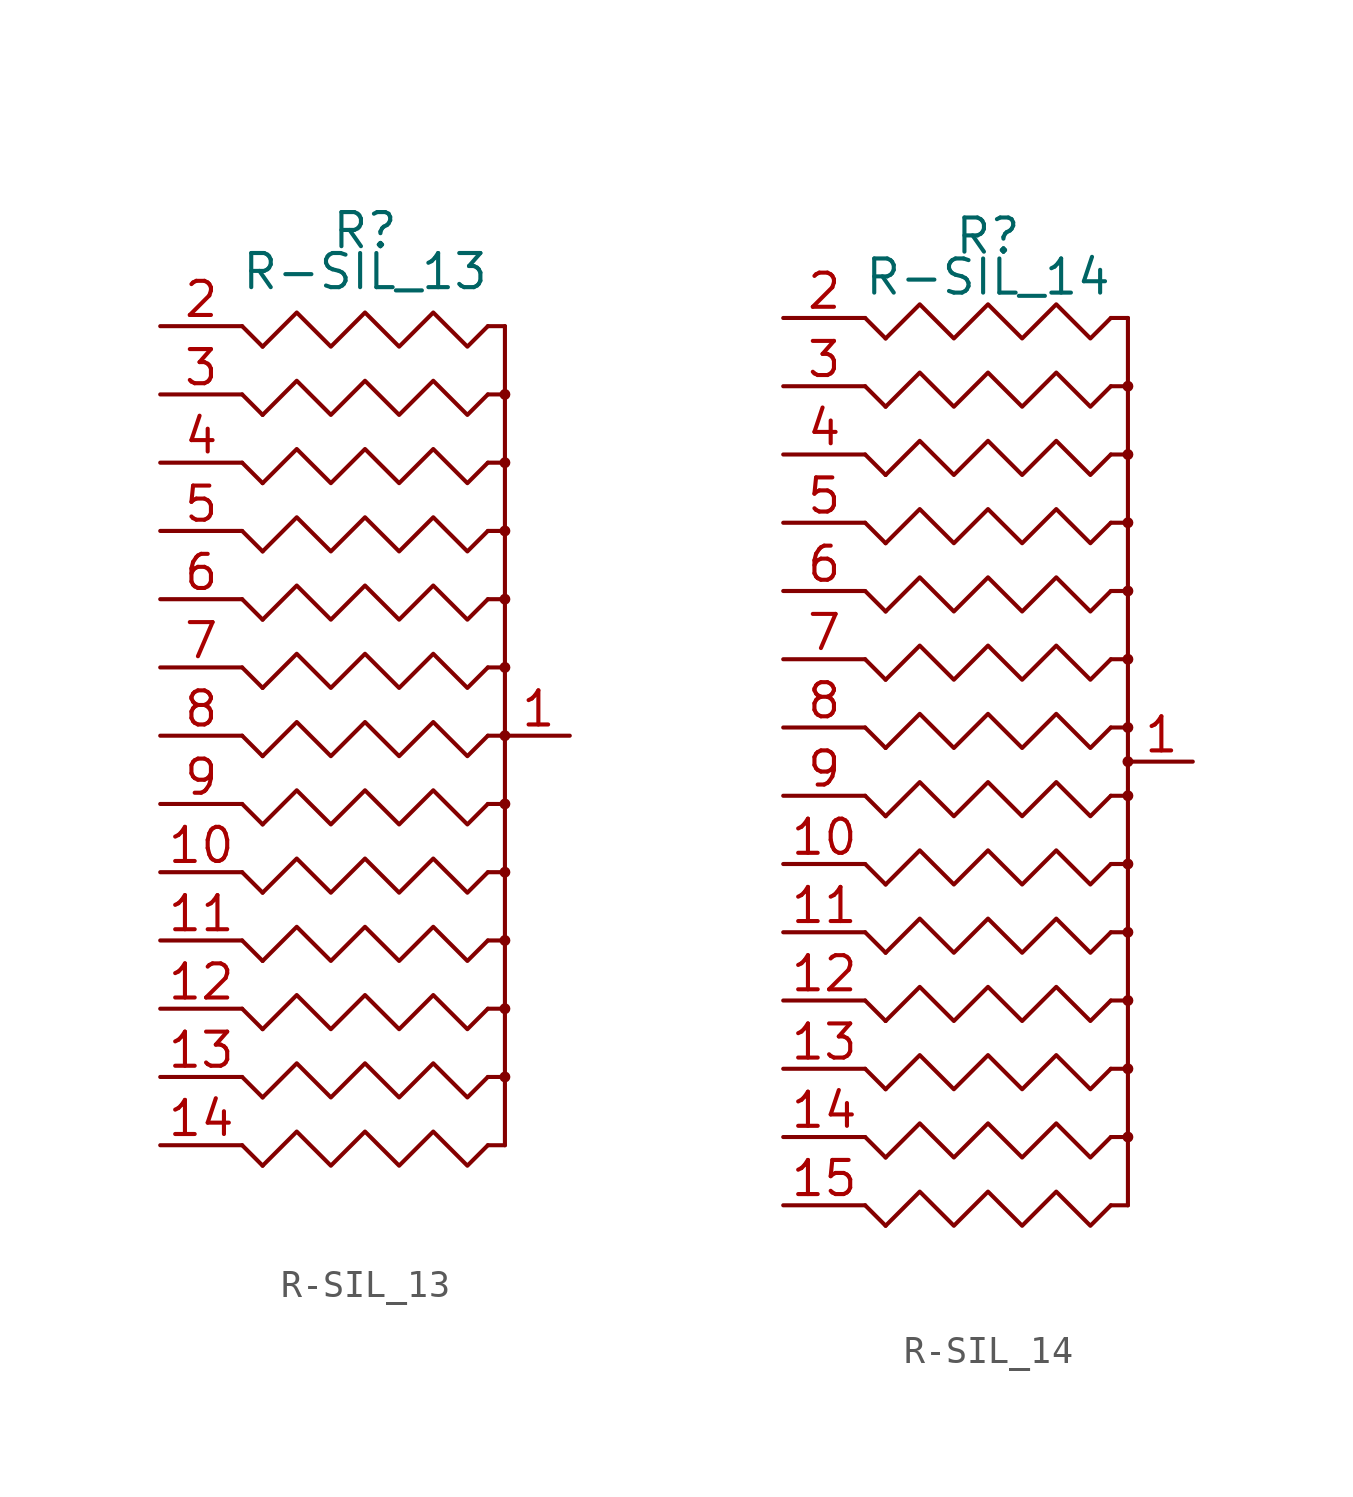
<source format=kicad_sym>
(kicad_symbol_lib
  (version 20220914)
  (generator kicad_symbol_editor)
  (symbol "R-SIL_13"
    (pin_names
      (offset 0) hide)
    (property "Reference" "R"
      (at 0 18.796 0)
      (effects (font (size 1.27 1.27))))
    (property "Value" "R-SIL_13"
      (at 0 17.272 0)
      (effects (font (size 1.27 1.27))))
    (property "Footprint" ""
      (at 0 0 0)
      (effects (font (size 1.524 1.524))))
    (property "Datasheet" ""
      (at 0 0 0)
      (effects (font (size 1.524 1.524))))
    (symbol "R-SIL_13_0_1"
      (polyline (pts (xy 5.207 -15.24) (xy 4.572 -15.24)) (stroke (width 0) (type solid)) (fill (type none)))
      (polyline (pts (xy 5.207 -15.24) (xy 5.207 15.24)) (stroke (width 0) (type solid)) (fill (type none)))
      (polyline (pts (xy 5.207 -12.7) (xy 4.572 -12.7)) (stroke (width 0) (type solid)) (fill (type none)))
      (polyline (pts (xy 5.207 -10.16) (xy 4.572 -10.16)) (stroke (width 0) (type solid)) (fill (type none)))
      (polyline (pts (xy 5.207 -7.62) (xy 4.572 -7.62)) (stroke (width 0) (type solid)) (fill (type none)))
      (polyline (pts (xy 5.207 -5.08) (xy 4.572 -5.08)) (stroke (width 0) (type solid)) (fill (type none)))
      (polyline (pts (xy 5.207 -2.54) (xy 4.572 -2.54)) (stroke (width 0) (type solid)) (fill (type none)))
      (polyline (pts (xy 5.207 7.62) (xy 4.572 7.62)) (stroke (width 0) (type solid)) (fill (type none)))
      (polyline (pts (xy 5.207 15.24) (xy 4.572 15.24)) (stroke (width 0) (type solid)) (fill (type none)))
      (polyline (pts (xy -3.81 -16.002) (xy -4.572 -15.24) (xy -4.572 -15.24)) (stroke (width 0) (type solid)) (fill (type none)))
      (polyline (pts (xy -3.81 -13.462) (xy -4.572 -12.7) (xy -4.572 -12.7)) (stroke (width 0) (type solid)) (fill (type none)))
      (polyline (pts (xy -3.81 -10.922) (xy -4.572 -10.16) (xy -4.572 -10.16)) (stroke (width 0) (type solid)) (fill (type none)))
      (polyline (pts (xy -3.81 -8.382) (xy -4.572 -7.62) (xy -4.572 -7.62)) (stroke (width 0) (type solid)) (fill (type none)))
      (polyline (pts (xy -3.81 -5.842) (xy -4.572 -5.08) (xy -4.572 -5.08)) (stroke (width 0) (type solid)) (fill (type none)))
      (polyline (pts (xy -3.81 -3.302) (xy -4.572 -2.54) (xy -4.572 -2.54)) (stroke (width 0) (type solid)) (fill (type none)))
      (polyline (pts (xy -3.81 -0.762) (xy -4.572 0) (xy -4.572 0)) (stroke (width 0) (type solid)) (fill (type none)))
      (polyline (pts (xy -3.81 1.778) (xy -4.572 2.54) (xy -4.572 2.54)) (stroke (width 0) (type solid)) (fill (type none)))
      (polyline (pts (xy -3.81 4.318) (xy -4.572 5.08) (xy -4.572 5.08)) (stroke (width 0) (type solid)) (fill (type none)))
      (polyline (pts (xy -3.81 6.858) (xy -4.572 7.62) (xy -4.572 7.62)) (stroke (width 0) (type solid)) (fill (type none)))
      (polyline (pts (xy -3.81 9.398) (xy -4.572 10.16) (xy -4.572 10.16)) (stroke (width 0) (type solid)) (fill (type none)))
      (polyline (pts (xy -3.81 11.938) (xy -4.572 12.7) (xy -4.572 12.7)) (stroke (width 0) (type solid)) (fill (type none)))
      (polyline (pts (xy -3.81 14.478) (xy -4.572 15.24) (xy -4.572 15.24)) (stroke (width 0) (type solid)) (fill (type none)))
      (polyline (pts (xy 4.572 0) (xy 5.207 0) (xy 5.207 0)) (stroke (width 0) (type solid)) (fill (type none)))
      (polyline (pts (xy 4.572 2.54) (xy 5.207 2.54) (xy 5.207 2.54)) (stroke (width 0) (type solid)) (fill (type none)))
      (polyline (pts (xy 4.572 5.08) (xy 5.207 5.08) (xy 5.207 5.08)) (stroke (width 0) (type solid)) (fill (type none)))
      (polyline (pts (xy 4.572 10.16) (xy 5.207 10.16) (xy 5.207 10.16)) (stroke (width 0) (type solid)) (fill (type none)))
      (polyline (pts (xy 4.572 12.7) (xy 5.207 12.7) (xy 5.207 12.7)) (stroke (width 0) (type solid)) (fill (type none)))
      (polyline (pts (xy -3.81 -16.002) (xy -2.54 -14.732) (xy -1.27 -16.002) (xy 0 -14.732) (xy 1.27 -16.002) (xy 2.54 -14.732) (xy 3.81 -16.002) (xy 4.572 -15.24) (xy 4.572 -15.24)) (stroke (width 0) (type solid)) (fill (type none)))
      (polyline (pts (xy -3.81 -13.462) (xy -2.54 -12.192) (xy -1.27 -13.462) (xy 0 -12.192) (xy 1.27 -13.462) (xy 2.54 -12.192) (xy 3.81 -13.462) (xy 4.572 -12.7) (xy 4.572 -12.7)) (stroke (width 0) (type solid)) (fill (type none)))
      (polyline (pts (xy -3.81 -10.922) (xy -2.54 -9.652) (xy -1.27 -10.922) (xy 0 -9.652) (xy 1.27 -10.922) (xy 2.54 -9.652) (xy 3.81 -10.922) (xy 4.572 -10.16) (xy 4.572 -10.16)) (stroke (width 0) (type solid)) (fill (type none)))
      (polyline (pts (xy -3.81 -8.382) (xy -2.54 -7.112) (xy -1.27 -8.382) (xy 0 -7.112) (xy 1.27 -8.382) (xy 2.54 -7.112) (xy 3.81 -8.382) (xy 4.572 -7.62) (xy 4.572 -7.62)) (stroke (width 0) (type solid)) (fill (type none)))
      (polyline (pts (xy -3.81 -5.842) (xy -2.54 -4.572) (xy -1.27 -5.842) (xy 0 -4.572) (xy 1.27 -5.842) (xy 2.54 -4.572) (xy 3.81 -5.842) (xy 4.572 -5.08) (xy 4.572 -5.08)) (stroke (width 0) (type solid)) (fill (type none)))
      (polyline (pts (xy -3.81 -3.302) (xy -2.54 -2.032) (xy -1.27 -3.302) (xy 0 -2.032) (xy 1.27 -3.302) (xy 2.54 -2.032) (xy 3.81 -3.302) (xy 4.572 -2.54) (xy 4.572 -2.54)) (stroke (width 0) (type solid)) (fill (type none)))
      (polyline (pts (xy -3.81 -0.762) (xy -2.54 0.508) (xy -1.27 -0.762) (xy 0 0.508) (xy 1.27 -0.762) (xy 2.54 0.508) (xy 3.81 -0.762) (xy 4.572 0) (xy 4.572 0)) (stroke (width 0) (type solid)) (fill (type none)))
      (polyline (pts (xy -3.81 1.778) (xy -2.54 3.048) (xy -1.27 1.778) (xy 0 3.048) (xy 1.27 1.778) (xy 2.54 3.048) (xy 3.81 1.778) (xy 4.572 2.54) (xy 4.572 2.54)) (stroke (width 0) (type solid)) (fill (type none)))
      (polyline (pts (xy -3.81 4.318) (xy -2.54 5.588) (xy -1.27 4.318) (xy 0 5.588) (xy 1.27 4.318) (xy 2.54 5.588) (xy 3.81 4.318) (xy 4.572 5.08) (xy 4.572 5.08)) (stroke (width 0) (type solid)) (fill (type none)))
      (polyline (pts (xy -3.81 6.858) (xy -2.54 8.128) (xy -1.27 6.858) (xy 0 8.128) (xy 1.27 6.858) (xy 2.54 8.128) (xy 3.81 6.858) (xy 4.572 7.62) (xy 4.572 7.62)) (stroke (width 0) (type solid)) (fill (type none)))
      (polyline (pts (xy -3.81 9.398) (xy -2.54 10.668) (xy -1.27 9.398) (xy 0 10.668) (xy 1.27 9.398) (xy 2.54 10.668) (xy 3.81 9.398) (xy 4.572 10.16) (xy 4.572 10.16)) (stroke (width 0) (type solid)) (fill (type none)))
      (polyline (pts (xy -3.81 11.938) (xy -2.54 13.208) (xy -1.27 11.938) (xy 0 13.208) (xy 1.27 11.938) (xy 2.54 13.208) (xy 3.81 11.938) (xy 4.572 12.7) (xy 4.572 12.7)) (stroke (width 0) (type solid)) (fill (type none)))
      (polyline (pts (xy -3.81 14.478) (xy -2.54 15.748) (xy -1.27 14.478) (xy 0 15.748) (xy 1.27 14.478) (xy 2.54 15.748) (xy 3.81 14.478) (xy 4.572 15.24) (xy 4.572 15.24)) (stroke (width 0) (type solid)) (fill (type none)))
      (circle (center 5.207 -12.7) (radius 0.127) (stroke (width 0) (type solid)) (fill (type none)))
      (circle (center 5.207 -10.16) (radius 0.127) (stroke (width 0) (type solid)) (fill (type none)))
      (circle (center 5.207 -7.62) (radius 0.127) (stroke (width 0) (type solid)) (fill (type none)))
      (circle (center 5.207 -5.08) (radius 0.127) (stroke (width 0) (type solid)) (fill (type none)))
      (circle (center 5.207 -2.54) (radius 0.127) (stroke (width 0) (type solid)) (fill (type none)))
      (circle (center 5.207 0) (radius 0.127) (stroke (width 0) (type solid)) (fill (type none)))
      (circle (center 5.207 2.54) (radius 0.127) (stroke (width 0) (type solid)) (fill (type none)))
      (circle (center 5.207 5.08) (radius 0.127) (stroke (width 0) (type solid)) (fill (type none)))
      (circle (center 5.207 7.62) (radius 0.127) (stroke (width 0) (type solid)) (fill (type none)))
      (circle (center 5.207 10.16) (radius 0.127) (stroke (width 0) (type solid)) (fill (type none)))
      (circle (center 5.207 12.7) (radius 0.127) (stroke (width 0) (type solid)) (fill (type none))))
    (symbol "R-SIL_13_1_1"
      (pin passive line (at 7.62 0 180) (length 2.337) (name "~" (effects (font (size 1.27 1.27)))) (number "1" (effects (font (size 1.27 1.27)))))
      (pin passive line (at -7.62 -5.08 0) (length 3.048) (name "~" (effects (font (size 1.27 1.27)))) (number "10" (effects (font (size 1.27 1.27)))))
      (pin passive line (at -7.62 -7.62 0) (length 3.048) (name "~" (effects (font (size 1.27 1.27)))) (number "11" (effects (font (size 1.27 1.27)))))
      (pin passive line (at -7.62 -10.16 0) (length 3.048) (name "~" (effects (font (size 1.27 1.27)))) (number "12" (effects (font (size 1.27 1.27)))))
      (pin passive line (at -7.62 -12.7 0) (length 3.048) (name "~" (effects (font (size 1.27 1.27)))) (number "13" (effects (font (size 1.27 1.27)))))
      (pin passive line (at -7.62 -15.24 0) (length 3.048) (name "~" (effects (font (size 1.27 1.27)))) (number "14" (effects (font (size 1.27 1.27)))))
      (pin passive line (at -7.62 15.24 0) (length 3.048) (name "~" (effects (font (size 1.27 1.27)))) (number "2" (effects (font (size 1.27 1.27)))))
      (pin passive line (at -7.62 12.7 0) (length 3.048) (name "~" (effects (font (size 1.27 1.27)))) (number "3" (effects (font (size 1.27 1.27)))))
      (pin passive line (at -7.62 10.16 0) (length 3.048) (name "~" (effects (font (size 1.27 1.27)))) (number "4" (effects (font (size 1.27 1.27)))))
      (pin passive line (at -7.62 7.62 0) (length 3.048) (name "~" (effects (font (size 1.27 1.27)))) (number "5" (effects (font (size 1.27 1.27)))))
      (pin passive line (at -7.62 5.08 0) (length 3.048) (name "~" (effects (font (size 1.27 1.27)))) (number "6" (effects (font (size 1.27 1.27)))))
      (pin passive line (at -7.62 2.54 0) (length 3.048) (name "~" (effects (font (size 1.27 1.27)))) (number "7" (effects (font (size 1.27 1.27)))))
      (pin passive line (at -7.62 0 0) (length 3.048) (name "~" (effects (font (size 1.27 1.27)))) (number "8" (effects (font (size 1.27 1.27)))))
      (pin passive line (at -7.62 -2.54 0) (length 3.048) (name "~" (effects (font (size 1.27 1.27)))) (number "9" (effects (font (size 1.27 1.27)))))))
  (symbol "R-SIL_14"
    (pin_names
      (offset 0) hide)
    (property "Reference" "R"
      (at 0 19.558 0)
      (effects (font (size 1.27 1.27))))
    (property "Value" "R-SIL_14"
      (at 0 18.034 0)
      (effects (font (size 1.27 1.27))))
    (property "Footprint" ""
      (at 0 1.27 0)
      (effects (font (size 1.524 1.524))))
    (property "Datasheet" ""
      (at 0 0 0)
      (effects (font (size 1.524 1.524))))
    (symbol "R-SIL_14_0_1"
      (polyline (pts (xy 5.207 -16.51) (xy 4.572 -16.51)) (stroke (width 0) (type solid)) (fill (type none)))
      (polyline (pts (xy 5.207 -16.51) (xy 5.207 16.51)) (stroke (width 0) (type solid)) (fill (type none)))
      (polyline (pts (xy 5.207 -13.97) (xy 4.572 -13.97)) (stroke (width 0) (type solid)) (fill (type none)))
      (polyline (pts (xy 5.207 -11.43) (xy 4.572 -11.43)) (stroke (width 0) (type solid)) (fill (type none)))
      (polyline (pts (xy 5.207 -8.89) (xy 4.572 -8.89)) (stroke (width 0) (type solid)) (fill (type none)))
      (polyline (pts (xy 5.207 -6.35) (xy 4.572 -6.35)) (stroke (width 0) (type solid)) (fill (type none)))
      (polyline (pts (xy 5.207 -3.81) (xy 4.572 -3.81)) (stroke (width 0) (type solid)) (fill (type none)))
      (polyline (pts (xy 5.207 -1.27) (xy 4.572 -1.27)) (stroke (width 0) (type solid)) (fill (type none)))
      (polyline (pts (xy 5.207 8.89) (xy 4.572 8.89)) (stroke (width 0) (type solid)) (fill (type none)))
      (polyline (pts (xy 5.207 16.51) (xy 4.572 16.51)) (stroke (width 0) (type solid)) (fill (type none)))
      (polyline (pts (xy -3.81 -17.272) (xy -4.572 -16.51) (xy -4.572 -16.51)) (stroke (width 0) (type solid)) (fill (type none)))
      (polyline (pts (xy -3.81 -14.732) (xy -4.572 -13.97) (xy -4.572 -13.97)) (stroke (width 0) (type solid)) (fill (type none)))
      (polyline (pts (xy -3.81 -12.192) (xy -4.572 -11.43) (xy -4.572 -11.43)) (stroke (width 0) (type solid)) (fill (type none)))
      (polyline (pts (xy -3.81 -9.652) (xy -4.572 -8.89) (xy -4.572 -8.89)) (stroke (width 0) (type solid)) (fill (type none)))
      (polyline (pts (xy -3.81 -7.112) (xy -4.572 -6.35) (xy -4.572 -6.35)) (stroke (width 0) (type solid)) (fill (type none)))
      (polyline (pts (xy -3.81 -4.572) (xy -4.572 -3.81) (xy -4.572 -3.81)) (stroke (width 0) (type solid)) (fill (type none)))
      (polyline (pts (xy -3.81 -2.032) (xy -4.572 -1.27) (xy -4.572 -1.27)) (stroke (width 0) (type solid)) (fill (type none)))
      (polyline (pts (xy -3.81 0.508) (xy -4.572 1.27) (xy -4.572 1.27)) (stroke (width 0) (type solid)) (fill (type none)))
      (polyline (pts (xy -3.81 3.048) (xy -4.572 3.81) (xy -4.572 3.81)) (stroke (width 0) (type solid)) (fill (type none)))
      (polyline (pts (xy -3.81 5.588) (xy -4.572 6.35) (xy -4.572 6.35)) (stroke (width 0) (type solid)) (fill (type none)))
      (polyline (pts (xy -3.81 8.128) (xy -4.572 8.89) (xy -4.572 8.89)) (stroke (width 0) (type solid)) (fill (type none)))
      (polyline (pts (xy -3.81 10.668) (xy -4.572 11.43) (xy -4.572 11.43)) (stroke (width 0) (type solid)) (fill (type none)))
      (polyline (pts (xy -3.81 13.208) (xy -4.572 13.97) (xy -4.572 13.97)) (stroke (width 0) (type solid)) (fill (type none)))
      (polyline (pts (xy -3.81 15.748) (xy -4.572 16.51) (xy -4.572 16.51)) (stroke (width 0) (type solid)) (fill (type none)))
      (polyline (pts (xy 4.572 1.27) (xy 5.207 1.27) (xy 5.207 1.27)) (stroke (width 0) (type solid)) (fill (type none)))
      (polyline (pts (xy 4.572 3.81) (xy 5.207 3.81) (xy 5.207 3.81)) (stroke (width 0) (type solid)) (fill (type none)))
      (polyline (pts (xy 4.572 6.35) (xy 5.207 6.35) (xy 5.207 6.35)) (stroke (width 0) (type solid)) (fill (type none)))
      (polyline (pts (xy 4.572 11.43) (xy 5.207 11.43) (xy 5.207 11.43)) (stroke (width 0) (type solid)) (fill (type none)))
      (polyline (pts (xy 4.572 13.97) (xy 5.207 13.97) (xy 5.207 13.97)) (stroke (width 0) (type solid)) (fill (type none)))
      (polyline (pts (xy -3.81 -17.272) (xy -2.54 -16.002) (xy -1.27 -17.272) (xy 0 -16.002) (xy 1.27 -17.272) (xy 2.54 -16.002) (xy 3.81 -17.272) (xy 4.572 -16.51) (xy 4.572 -16.51)) (stroke (width 0) (type solid)) (fill (type none)))
      (polyline (pts (xy -3.81 -14.732) (xy -2.54 -13.462) (xy -1.27 -14.732) (xy 0 -13.462) (xy 1.27 -14.732) (xy 2.54 -13.462) (xy 3.81 -14.732) (xy 4.572 -13.97) (xy 4.572 -13.97)) (stroke (width 0) (type solid)) (fill (type none)))
      (polyline (pts (xy -3.81 -12.192) (xy -2.54 -10.922) (xy -1.27 -12.192) (xy 0 -10.922) (xy 1.27 -12.192) (xy 2.54 -10.922) (xy 3.81 -12.192) (xy 4.572 -11.43) (xy 4.572 -11.43)) (stroke (width 0) (type solid)) (fill (type none)))
      (polyline (pts (xy -3.81 -9.652) (xy -2.54 -8.382) (xy -1.27 -9.652) (xy 0 -8.382) (xy 1.27 -9.652) (xy 2.54 -8.382) (xy 3.81 -9.652) (xy 4.572 -8.89) (xy 4.572 -8.89)) (stroke (width 0) (type solid)) (fill (type none)))
      (polyline (pts (xy -3.81 -7.112) (xy -2.54 -5.842) (xy -1.27 -7.112) (xy 0 -5.842) (xy 1.27 -7.112) (xy 2.54 -5.842) (xy 3.81 -7.112) (xy 4.572 -6.35) (xy 4.572 -6.35)) (stroke (width 0) (type solid)) (fill (type none)))
      (polyline (pts (xy -3.81 -4.572) (xy -2.54 -3.302) (xy -1.27 -4.572) (xy 0 -3.302) (xy 1.27 -4.572) (xy 2.54 -3.302) (xy 3.81 -4.572) (xy 4.572 -3.81) (xy 4.572 -3.81)) (stroke (width 0) (type solid)) (fill (type none)))
      (polyline (pts (xy -3.81 -2.032) (xy -2.54 -0.762) (xy -1.27 -2.032) (xy 0 -0.762) (xy 1.27 -2.032) (xy 2.54 -0.762) (xy 3.81 -2.032) (xy 4.572 -1.27) (xy 4.572 -1.27)) (stroke (width 0) (type solid)) (fill (type none)))
      (polyline (pts (xy -3.81 0.508) (xy -2.54 1.778) (xy -1.27 0.508) (xy 0 1.778) (xy 1.27 0.508) (xy 2.54 1.778) (xy 3.81 0.508) (xy 4.572 1.27) (xy 4.572 1.27)) (stroke (width 0) (type solid)) (fill (type none)))
      (polyline (pts (xy -3.81 3.048) (xy -2.54 4.318) (xy -1.27 3.048) (xy 0 4.318) (xy 1.27 3.048) (xy 2.54 4.318) (xy 3.81 3.048) (xy 4.572 3.81) (xy 4.572 3.81)) (stroke (width 0) (type solid)) (fill (type none)))
      (polyline (pts (xy -3.81 5.588) (xy -2.54 6.858) (xy -1.27 5.588) (xy 0 6.858) (xy 1.27 5.588) (xy 2.54 6.858) (xy 3.81 5.588) (xy 4.572 6.35) (xy 4.572 6.35)) (stroke (width 0) (type solid)) (fill (type none)))
      (polyline (pts (xy -3.81 8.128) (xy -2.54 9.398) (xy -1.27 8.128) (xy 0 9.398) (xy 1.27 8.128) (xy 2.54 9.398) (xy 3.81 8.128) (xy 4.572 8.89) (xy 4.572 8.89)) (stroke (width 0) (type solid)) (fill (type none)))
      (polyline (pts (xy -3.81 10.668) (xy -2.54 11.938) (xy -1.27 10.668) (xy 0 11.938) (xy 1.27 10.668) (xy 2.54 11.938) (xy 3.81 10.668) (xy 4.572 11.43) (xy 4.572 11.43)) (stroke (width 0) (type solid)) (fill (type none)))
      (polyline (pts (xy -3.81 13.208) (xy -2.54 14.478) (xy -1.27 13.208) (xy 0 14.478) (xy 1.27 13.208) (xy 2.54 14.478) (xy 3.81 13.208) (xy 4.572 13.97) (xy 4.572 13.97)) (stroke (width 0) (type solid)) (fill (type none)))
      (polyline (pts (xy -3.81 15.748) (xy -2.54 17.018) (xy -1.27 15.748) (xy 0 17.018) (xy 1.27 15.748) (xy 2.54 17.018) (xy 3.81 15.748) (xy 4.572 16.51) (xy 4.572 16.51)) (stroke (width 0) (type solid)) (fill (type none)))
      (circle (center 5.207 -13.97) (radius 0.127) (stroke (width 0) (type solid)) (fill (type none)))
      (circle (center 5.207 -11.43) (radius 0.127) (stroke (width 0) (type solid)) (fill (type none)))
      (circle (center 5.207 -8.89) (radius 0.127) (stroke (width 0) (type solid)) (fill (type none)))
      (circle (center 5.207 -6.35) (radius 0.127) (stroke (width 0) (type solid)) (fill (type none)))
      (circle (center 5.207 -3.81) (radius 0.127) (stroke (width 0) (type solid)) (fill (type none)))
      (circle (center 5.207 -1.27) (radius 0.127) (stroke (width 0) (type solid)) (fill (type none)))
      (circle (center 5.207 0) (radius 0.127) (stroke (width 0) (type solid)) (fill (type none)))
      (circle (center 5.207 1.27) (radius 0.127) (stroke (width 0) (type solid)) (fill (type none)))
      (circle (center 5.207 3.81) (radius 0.127) (stroke (width 0) (type solid)) (fill (type none)))
      (circle (center 5.207 6.35) (radius 0.127) (stroke (width 0) (type solid)) (fill (type none)))
      (circle (center 5.207 8.89) (radius 0.127) (stroke (width 0) (type solid)) (fill (type none)))
      (circle (center 5.207 11.43) (radius 0.127) (stroke (width 0) (type solid)) (fill (type none)))
      (circle (center 5.207 13.97) (radius 0.127) (stroke (width 0) (type solid)) (fill (type none))))
    (symbol "R-SIL_14_1_1"
      (pin passive line (at 7.62 0 180) (length 2.337) (name "~" (effects (font (size 1.27 1.27)))) (number "1" (effects (font (size 1.27 1.27)))))
      (pin passive line (at -7.62 -3.81 0) (length 3.048) (name "~" (effects (font (size 1.27 1.27)))) (number "10" (effects (font (size 1.27 1.27)))))
      (pin passive line (at -7.62 -6.35 0) (length 3.048) (name "~" (effects (font (size 1.27 1.27)))) (number "11" (effects (font (size 1.27 1.27)))))
      (pin passive line (at -7.62 -8.89 0) (length 3.048) (name "~" (effects (font (size 1.27 1.27)))) (number "12" (effects (font (size 1.27 1.27)))))
      (pin passive line (at -7.62 -11.43 0) (length 3.048) (name "~" (effects (font (size 1.27 1.27)))) (number "13" (effects (font (size 1.27 1.27)))))
      (pin passive line (at -7.62 -13.97 0) (length 3.048) (name "~" (effects (font (size 1.27 1.27)))) (number "14" (effects (font (size 1.27 1.27)))))
      (pin passive line (at -7.62 -16.51 0) (length 3.048) (name "~" (effects (font (size 1.27 1.27)))) (number "15" (effects (font (size 1.27 1.27)))))
      (pin passive line (at -7.62 16.51 0) (length 3.048) (name "~" (effects (font (size 1.27 1.27)))) (number "2" (effects (font (size 1.27 1.27)))))
      (pin passive line (at -7.62 13.97 0) (length 3.048) (name "~" (effects (font (size 1.27 1.27)))) (number "3" (effects (font (size 1.27 1.27)))))
      (pin passive line (at -7.62 11.43 0) (length 3.048) (name "~" (effects (font (size 1.27 1.27)))) (number "4" (effects (font (size 1.27 1.27)))))
      (pin passive line (at -7.62 8.89 0) (length 3.048) (name "~" (effects (font (size 1.27 1.27)))) (number "5" (effects (font (size 1.27 1.27)))))
      (pin passive line (at -7.62 6.35 0) (length 3.048) (name "~" (effects (font (size 1.27 1.27)))) (number "6" (effects (font (size 1.27 1.27)))))
      (pin passive line (at -7.62 3.81 0) (length 3.048) (name "~" (effects (font (size 1.27 1.27)))) (number "7" (effects (font (size 1.27 1.27)))))
      (pin passive line (at -7.62 1.27 0) (length 3.048) (name "~" (effects (font (size 1.27 1.27)))) (number "8" (effects (font (size 1.27 1.27)))))
      (pin passive line (at -7.62 -1.27 0) (length 3.048) (name "~" (effects (font (size 1.27 1.27)))) (number "9" (effects (font (size 1.27 1.27))))))))
</source>
